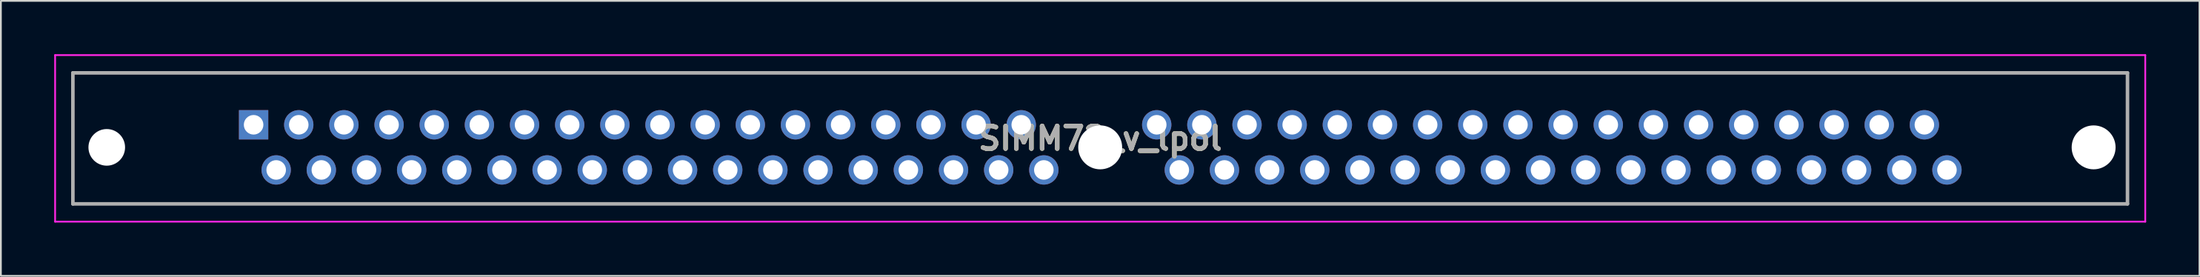
<source format=kicad_pcb>
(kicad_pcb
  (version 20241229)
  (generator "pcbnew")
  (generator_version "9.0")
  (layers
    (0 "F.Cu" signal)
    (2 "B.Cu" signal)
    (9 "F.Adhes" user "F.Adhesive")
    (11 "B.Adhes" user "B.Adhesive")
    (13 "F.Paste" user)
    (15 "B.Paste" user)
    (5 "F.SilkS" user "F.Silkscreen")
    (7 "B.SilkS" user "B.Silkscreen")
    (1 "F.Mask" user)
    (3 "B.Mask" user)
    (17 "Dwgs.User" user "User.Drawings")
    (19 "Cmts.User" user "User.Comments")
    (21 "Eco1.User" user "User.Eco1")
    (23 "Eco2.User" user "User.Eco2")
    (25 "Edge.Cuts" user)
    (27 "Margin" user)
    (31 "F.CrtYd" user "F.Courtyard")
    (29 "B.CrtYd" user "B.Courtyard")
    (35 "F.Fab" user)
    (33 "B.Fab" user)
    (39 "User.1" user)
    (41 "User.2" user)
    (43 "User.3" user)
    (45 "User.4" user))
  (footprint "SIMM72_v_lpol"
    (layer "F.Cu")
    (at 11.215 3.97)
    (property "Reference" "SIMM72_v_lpol" (at 47.62 0.765 0) (layer "F.SilkS") (effects (font (size 1.27 1.27) (thickness 0.254))))
    (attr through_hole)
    (fp_line (start -10.165 -2.92) (end 105.405 -2.92) (stroke (width 0.1) (type solid)) (layer "F.SilkS"))
    (fp_line (start -10.165 4.45) (end -10.165 -2.92) (stroke (width 0.1) (type solid)) (layer "F.SilkS"))
    (fp_line (start 105.405 -2.92) (end 105.405 4.45) (stroke (width 0.1) (type solid)) (layer "F.SilkS"))
    (fp_line (start 105.405 4.45) (end -10.165 4.45) (stroke (width 0.1) (type solid)) (layer "F.SilkS"))
    (fp_line (start -11.165 -3.92) (end 106.405 -3.92) (stroke (width 0.1) (type solid)) (layer "F.CrtYd"))
    (fp_line (start -11.165 5.45) (end -11.165 -3.92) (stroke (width 0.1) (type solid)) (layer "F.CrtYd"))
    (fp_line (start 106.405 -3.92) (end 106.405 5.45) (stroke (width 0.1) (type solid)) (layer "F.CrtYd"))
    (fp_line (start 106.405 5.45) (end -11.165 5.45) (stroke (width 0.1) (type solid)) (layer "F.CrtYd"))
    (fp_line (start -10.165 -2.92) (end -10.165 4.45) (stroke (width 0.2) (type solid)) (layer "F.Fab"))
    (fp_line (start -10.165 4.45) (end 105.405 4.45) (stroke (width 0.2) (type solid)) (layer "F.Fab"))
    (fp_line (start 105.405 -2.92) (end -10.165 -2.92) (stroke (width 0.2) (type solid)) (layer "F.Fab"))
    (fp_line (start 105.405 4.45) (end 105.405 -2.92) (stroke (width 0.2) (type solid)) (layer "F.Fab"))
    (fp_text user "${REFERENCE}" (at 47.62 0.765 0) (layer "F.Fab") (effects (font (size 1.27 1.27) (thickness 0.254))))
    (pad "" np_thru_hole circle (at -8.26 1.27) (size 2.06 2.06) (drill 2.06) (layers "*.Cu" "*.Mask"))
    (pad "" np_thru_hole circle (at 47.62 1.27) (size 2.47 2.47) (drill 2.47) (layers "*.Cu" "*.Mask"))
    (pad "" np_thru_hole circle (at 103.5 1.27) (size 2.47 2.47) (drill 2.47) (layers "*.Cu" "*.Mask"))
    (pad "1" thru_hole rect (at 0 0) (size 1.65 1.65) (drill 1.1) (layers "*.Cu" "*.Mask"))
    (pad "2" thru_hole circle (at 1.27 2.54) (size 1.65 1.65) (drill 1.1) (layers "*.Cu" "*.Mask"))
    (pad "3" thru_hole circle (at 2.54 0) (size 1.65 1.65) (drill 1.1) (layers "*.Cu" "*.Mask"))
    (pad "4" thru_hole circle (at 3.81 2.54) (size 1.65 1.65) (drill 1.1) (layers "*.Cu" "*.Mask"))
    (pad "5" thru_hole circle (at 5.08 0) (size 1.65 1.65) (drill 1.1) (layers "*.Cu" "*.Mask"))
    (pad "6" thru_hole circle (at 6.35 2.54) (size 1.65 1.65) (drill 1.1) (layers "*.Cu" "*.Mask"))
    (pad "7" thru_hole circle (at 7.62 0) (size 1.65 1.65) (drill 1.1) (layers "*.Cu" "*.Mask"))
    (pad "8" thru_hole circle (at 8.89 2.54) (size 1.65 1.65) (drill 1.1) (layers "*.Cu" "*.Mask"))
    (pad "9" thru_hole circle (at 10.16 0) (size 1.65 1.65) (drill 1.1) (layers "*.Cu" "*.Mask"))
    (pad "10" thru_hole circle (at 11.43 2.54) (size 1.65 1.65) (drill 1.1) (layers "*.Cu" "*.Mask"))
    (pad "11" thru_hole circle (at 12.7 0) (size 1.65 1.65) (drill 1.1) (layers "*.Cu" "*.Mask"))
    (pad "12" thru_hole circle (at 13.97 2.54) (size 1.65 1.65) (drill 1.1) (layers "*.Cu" "*.Mask"))
    (pad "13" thru_hole circle (at 15.24 0) (size 1.65 1.65) (drill 1.1) (layers "*.Cu" "*.Mask"))
    (pad "14" thru_hole circle (at 16.51 2.54) (size 1.65 1.65) (drill 1.1) (layers "*.Cu" "*.Mask"))
    (pad "15" thru_hole circle (at 17.78 0) (size 1.65 1.65) (drill 1.1) (layers "*.Cu" "*.Mask"))
    (pad "16" thru_hole circle (at 19.05 2.54) (size 1.65 1.65) (drill 1.1) (layers "*.Cu" "*.Mask"))
    (pad "17" thru_hole circle (at 20.32 0) (size 1.65 1.65) (drill 1.1) (layers "*.Cu" "*.Mask"))
    (pad "18" thru_hole circle (at 21.59 2.54) (size 1.65 1.65) (drill 1.1) (layers "*.Cu" "*.Mask"))
    (pad "19" thru_hole circle (at 22.86 0) (size 1.65 1.65) (drill 1.1) (layers "*.Cu" "*.Mask"))
    (pad "20" thru_hole circle (at 24.13 2.54) (size 1.65 1.65) (drill 1.1) (layers "*.Cu" "*.Mask"))
    (pad "21" thru_hole circle (at 25.4 0) (size 1.65 1.65) (drill 1.1) (layers "*.Cu" "*.Mask"))
    (pad "22" thru_hole circle (at 26.67 2.54) (size 1.65 1.65) (drill 1.1) (layers "*.Cu" "*.Mask"))
    (pad "23" thru_hole circle (at 27.94 0) (size 1.65 1.65) (drill 1.1) (layers "*.Cu" "*.Mask"))
    (pad "24" thru_hole circle (at 29.21 2.54) (size 1.65 1.65) (drill 1.1) (layers "*.Cu" "*.Mask"))
    (pad "25" thru_hole circle (at 30.48 0) (size 1.65 1.65) (drill 1.1) (layers "*.Cu" "*.Mask"))
    (pad "26" thru_hole circle (at 31.75 2.54) (size 1.65 1.65) (drill 1.1) (layers "*.Cu" "*.Mask"))
    (pad "27" thru_hole circle (at 33.02 0) (size 1.65 1.65) (drill 1.1) (layers "*.Cu" "*.Mask"))
    (pad "28" thru_hole circle (at 34.29 2.54) (size 1.65 1.65) (drill 1.1) (layers "*.Cu" "*.Mask"))
    (pad "29" thru_hole circle (at 35.56 0) (size 1.65 1.65) (drill 1.1) (layers "*.Cu" "*.Mask"))
    (pad "30" thru_hole circle (at 36.83 2.54) (size 1.65 1.65) (drill 1.1) (layers "*.Cu" "*.Mask"))
    (pad "31" thru_hole circle (at 38.1 0) (size 1.65 1.65) (drill 1.1) (layers "*.Cu" "*.Mask"))
    (pad "32" thru_hole circle (at 39.37 2.54) (size 1.65 1.65) (drill 1.1) (layers "*.Cu" "*.Mask"))
    (pad "33" thru_hole circle (at 40.64 0) (size 1.65 1.65) (drill 1.1) (layers "*.Cu" "*.Mask"))
    (pad "34" thru_hole circle (at 41.91 2.54) (size 1.65 1.65) (drill 1.1) (layers "*.Cu" "*.Mask"))
    (pad "35" thru_hole circle (at 43.18 0) (size 1.65 1.65) (drill 1.1) (layers "*.Cu" "*.Mask"))
    (pad "36" thru_hole circle (at 44.45 2.54) (size 1.65 1.65) (drill 1.1) (layers "*.Cu" "*.Mask"))
    (pad "37" thru_hole circle (at 50.8 0) (size 1.65 1.65) (drill 1.1) (layers "*.Cu" "*.Mask"))
    (pad "38" thru_hole circle (at 52.07 2.54) (size 1.65 1.65) (drill 1.1) (layers "*.Cu" "*.Mask"))
    (pad "39" thru_hole circle (at 53.34 0) (size 1.65 1.65) (drill 1.1) (layers "*.Cu" "*.Mask"))
    (pad "40" thru_hole circle (at 54.61 2.54) (size 1.65 1.65) (drill 1.1) (layers "*.Cu" "*.Mask"))
    (pad "41" thru_hole circle (at 55.88 0) (size 1.65 1.65) (drill 1.1) (layers "*.Cu" "*.Mask"))
    (pad "42" thru_hole circle (at 57.15 2.54) (size 1.65 1.65) (drill 1.1) (layers "*.Cu" "*.Mask"))
    (pad "43" thru_hole circle (at 58.42 0) (size 1.65 1.65) (drill 1.1) (layers "*.Cu" "*.Mask"))
    (pad "44" thru_hole circle (at 59.69 2.54) (size 1.65 1.65) (drill 1.1) (layers "*.Cu" "*.Mask"))
    (pad "45" thru_hole circle (at 60.96 0) (size 1.65 1.65) (drill 1.1) (layers "*.Cu" "*.Mask"))
    (pad "46" thru_hole circle (at 62.23 2.54) (size 1.65 1.65) (drill 1.1) (layers "*.Cu" "*.Mask"))
    (pad "47" thru_hole circle (at 63.5 0) (size 1.65 1.65) (drill 1.1) (layers "*.Cu" "*.Mask"))
    (pad "48" thru_hole circle (at 64.77 2.54) (size 1.65 1.65) (drill 1.1) (layers "*.Cu" "*.Mask"))
    (pad "49" thru_hole circle (at 66.04 0) (size 1.65 1.65) (drill 1.1) (layers "*.Cu" "*.Mask"))
    (pad "50" thru_hole circle (at 67.31 2.54) (size 1.65 1.65) (drill 1.1) (layers "*.Cu" "*.Mask"))
    (pad "51" thru_hole circle (at 68.58 0) (size 1.65 1.65) (drill 1.1) (layers "*.Cu" "*.Mask"))
    (pad "52" thru_hole circle (at 69.85 2.54) (size 1.65 1.65) (drill 1.1) (layers "*.Cu" "*.Mask"))
    (pad "53" thru_hole circle (at 71.12 0) (size 1.65 1.65) (drill 1.1) (layers "*.Cu" "*.Mask"))
    (pad "54" thru_hole circle (at 72.39 2.54) (size 1.65 1.65) (drill 1.1) (layers "*.Cu" "*.Mask"))
    (pad "55" thru_hole circle (at 73.66 0) (size 1.65 1.65) (drill 1.1) (layers "*.Cu" "*.Mask"))
    (pad "56" thru_hole circle (at 74.93 2.54) (size 1.65 1.65) (drill 1.1) (layers "*.Cu" "*.Mask"))
    (pad "57" thru_hole circle (at 76.2 0) (size 1.65 1.65) (drill 1.1) (layers "*.Cu" "*.Mask"))
    (pad "58" thru_hole circle (at 77.47 2.54) (size 1.65 1.65) (drill 1.1) (layers "*.Cu" "*.Mask"))
    (pad "59" thru_hole circle (at 78.74 0) (size 1.65 1.65) (drill 1.1) (layers "*.Cu" "*.Mask"))
    (pad "60" thru_hole circle (at 80.01 2.54) (size 1.65 1.65) (drill 1.1) (layers "*.Cu" "*.Mask"))
    (pad "61" thru_hole circle (at 81.28 0) (size 1.65 1.65) (drill 1.1) (layers "*.Cu" "*.Mask"))
    (pad "62" thru_hole circle (at 82.55 2.54) (size 1.65 1.65) (drill 1.1) (layers "*.Cu" "*.Mask"))
    (pad "63" thru_hole circle (at 83.82 0) (size 1.65 1.65) (drill 1.1) (layers "*.Cu" "*.Mask"))
    (pad "64" thru_hole circle (at 85.09 2.54) (size 1.65 1.65) (drill 1.1) (layers "*.Cu" "*.Mask"))
    (pad "65" thru_hole circle (at 86.36 0) (size 1.65 1.65) (drill 1.1) (layers "*.Cu" "*.Mask"))
    (pad "66" thru_hole circle (at 87.63 2.54) (size 1.65 1.65) (drill 1.1) (layers "*.Cu" "*.Mask"))
    (pad "67" thru_hole circle (at 88.9 0) (size 1.65 1.65) (drill 1.1) (layers "*.Cu" "*.Mask"))
    (pad "68" thru_hole circle (at 90.17 2.54) (size 1.65 1.65) (drill 1.1) (layers "*.Cu" "*.Mask"))
    (pad "69" thru_hole circle (at 91.44 0) (size 1.65 1.65) (drill 1.1) (layers "*.Cu" "*.Mask"))
    (pad "70" thru_hole circle (at 92.71 2.54) (size 1.65 1.65) (drill 1.1) (layers "*.Cu" "*.Mask"))
    (pad "71" thru_hole circle (at 93.98 0) (size 1.65 1.65) (drill 1.1) (layers "*.Cu" "*.Mask"))
    (pad "72" thru_hole circle (at 95.25 2.54) (size 1.65 1.65) (drill 1.1) (layers "*.Cu" "*.Mask")))
  (gr_rect
    (start -3 -3)
    (end 120.67 12.47)
    (stroke (width 0.1) (type default))
    (fill no)
    (layer "Edge.Cuts")))
</source>
